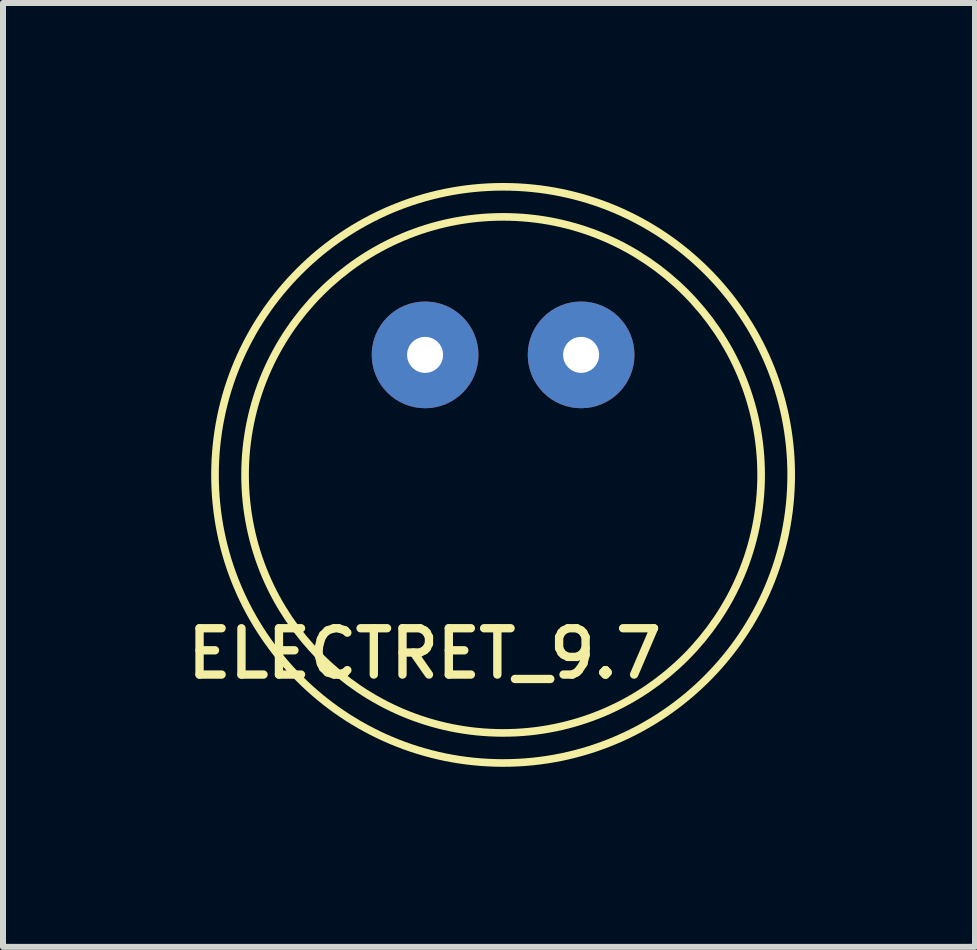
<source format=kicad_pcb>
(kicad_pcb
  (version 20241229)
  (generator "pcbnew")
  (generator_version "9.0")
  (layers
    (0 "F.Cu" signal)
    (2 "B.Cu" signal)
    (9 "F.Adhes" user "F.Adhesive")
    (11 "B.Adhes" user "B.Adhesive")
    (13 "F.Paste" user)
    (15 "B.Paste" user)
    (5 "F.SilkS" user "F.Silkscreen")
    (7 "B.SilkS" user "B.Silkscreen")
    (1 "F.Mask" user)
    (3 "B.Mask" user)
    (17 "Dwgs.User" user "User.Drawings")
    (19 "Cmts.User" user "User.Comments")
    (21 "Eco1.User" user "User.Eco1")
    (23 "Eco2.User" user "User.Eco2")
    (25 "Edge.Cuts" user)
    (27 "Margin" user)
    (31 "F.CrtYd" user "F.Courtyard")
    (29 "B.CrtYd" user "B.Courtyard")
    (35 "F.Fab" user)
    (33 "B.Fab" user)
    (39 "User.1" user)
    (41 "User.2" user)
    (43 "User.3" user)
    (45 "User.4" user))
  (footprint "ELECTRET_9.7"
    (layer "F.Cu")
    (at 5.334 4.864)
    (property "Reference" "ELECTRET_9.7" (at -5.334 3.429 180) (layer "F.SilkS") (effects (font (size 0.772 0.772) (thickness 0.139)) (justify left bottom)))
    (attr through_hole)
    (fp_circle (center 0 0) (end 4.3 0) (stroke (width 0.127) (type solid)) (fill no) (layer "F.SilkS"))
    (fp_circle (center 0 0) (end 4.801 0) (stroke (width 0.127) (type solid)) (fill no) (layer "F.SilkS"))
    (pad "+" thru_hole circle (at 1.3 -2) (size 1.778 1.778) (drill 0.6) (layers "*.Cu" "*.Mask"))
    (pad "-" thru_hole circle (at -1.3 -2) (size 1.778 1.778) (drill 0.6) (layers "*.Cu" "*.Mask")))
  (gr_rect
    (start -3 -3)
    (end 13.198 12.729)
    (stroke (width 0.1) (type default))
    (fill no)
    (layer "Edge.Cuts")))
</source>
